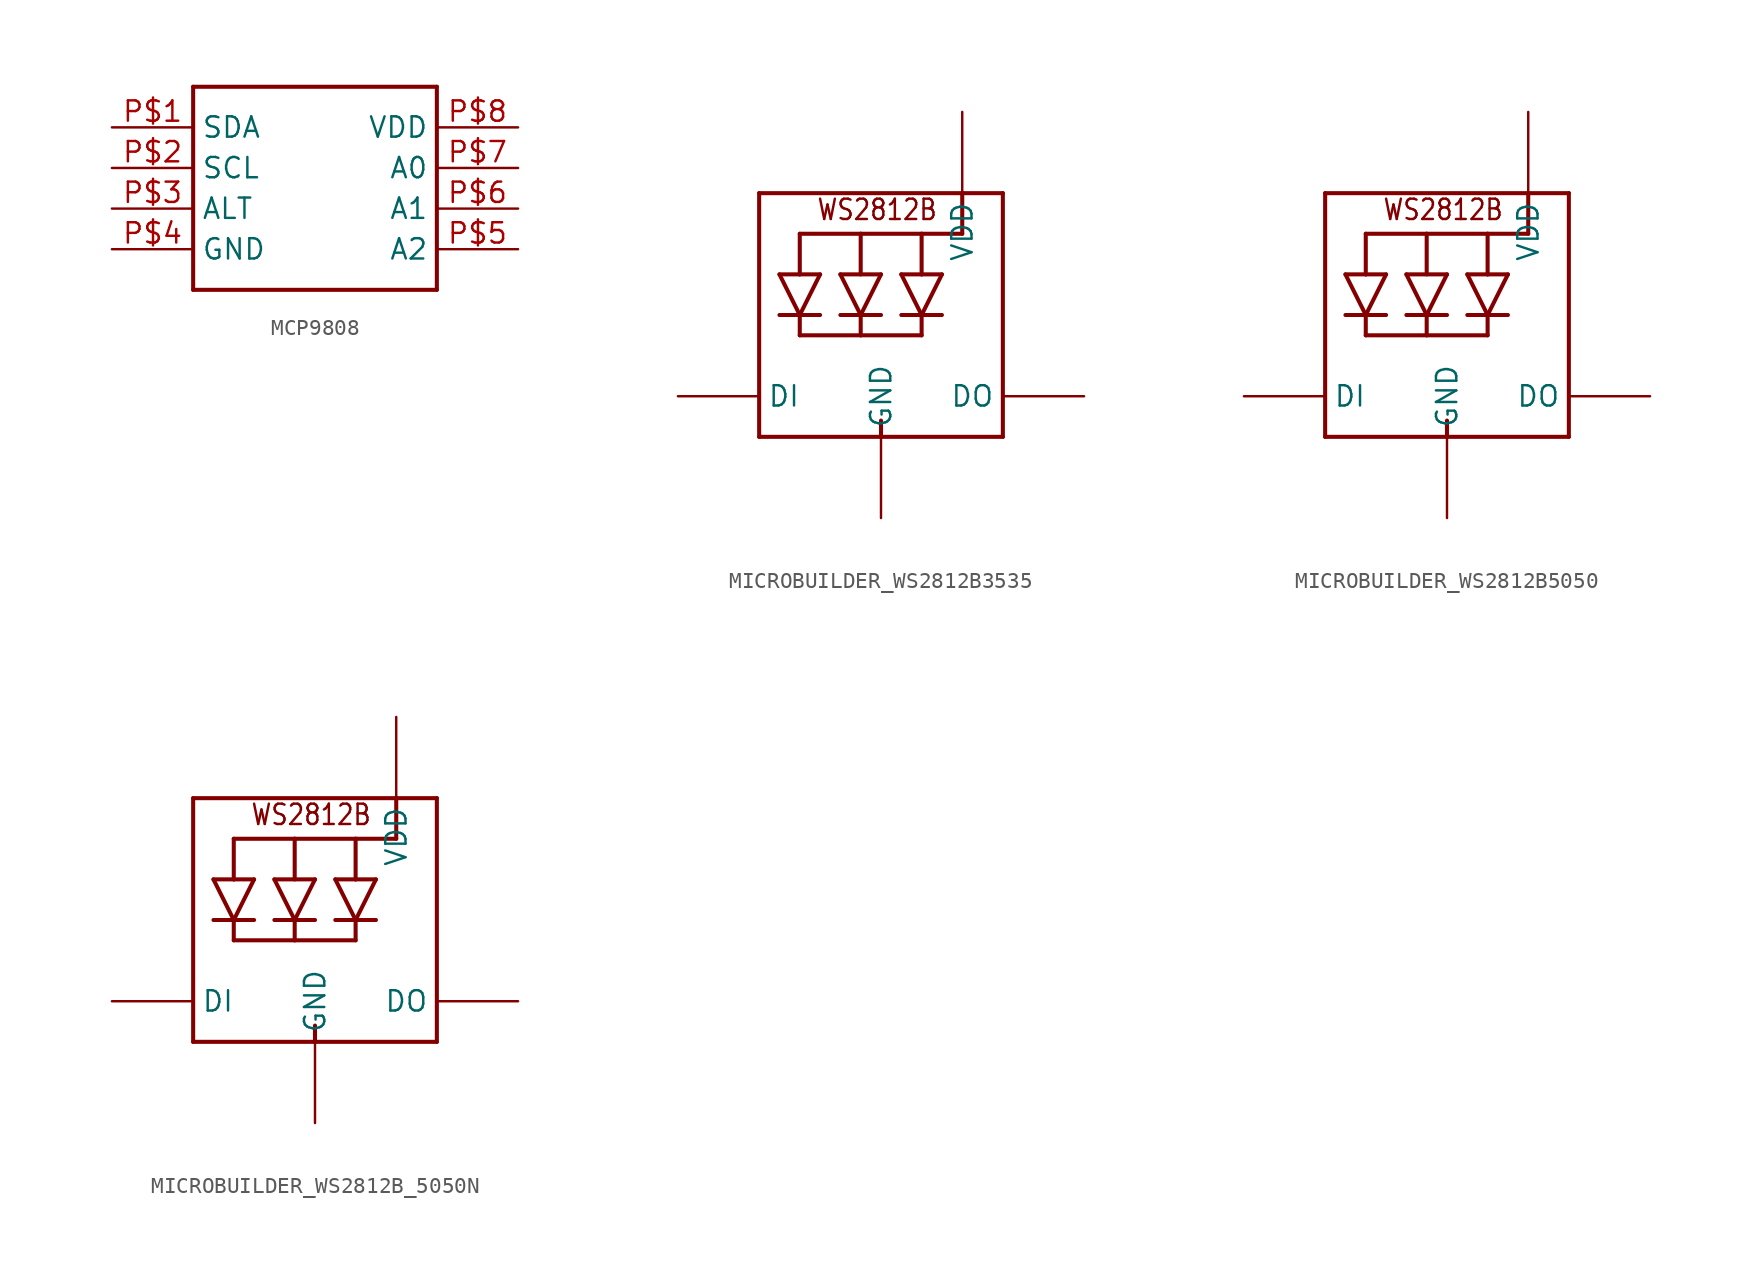
<source format=kicad_sym>
(kicad_symbol_lib
  (version 20211014)
  (generator kicad_symbol_editor)
  (symbol "MCP9808"
    (property "Reference" ""
      (at 0 0 0)
      (effects (font (size 1.27 1.27)) hide))
    (property "ki_locked" ""
      (at 0 0 0)
      (effects (font (size 1.27 1.27))))
    (symbol "MCP9808_1_0"
      (polyline (pts (xy -7.62 -5.08) (xy -7.62 7.62)) (stroke (width 0.254) (type default) (color 0 0 0 0)) (fill (type none)))
      (polyline (pts (xy -7.62 7.62) (xy 7.62 7.62)) (stroke (width 0.254) (type default) (color 0 0 0 0)) (fill (type none)))
      (polyline (pts (xy 7.62 -5.08) (xy -7.62 -5.08)) (stroke (width 0.254) (type default) (color 0 0 0 0)) (fill (type none)))
      (polyline (pts (xy 7.62 7.62) (xy 7.62 -5.08)) (stroke (width 0.254) (type default) (color 0 0 0 0)) (fill (type none)))
      (pin bidirectional line (at -12.7 5.08 0) (length 5.08) (name "SDA" (effects (font (size 1.27 1.27)))) (number "P$1" (effects (font (size 1.27 1.27)))))
      (pin bidirectional line (at -12.7 2.54 0) (length 5.08) (name "SCL" (effects (font (size 1.27 1.27)))) (number "P$2" (effects (font (size 1.27 1.27)))))
      (pin bidirectional line (at -12.7 0 0) (length 5.08) (name "ALT" (effects (font (size 1.27 1.27)))) (number "P$3" (effects (font (size 1.27 1.27)))))
      (pin bidirectional line (at -12.7 -2.54 0) (length 5.08) (name "GND" (effects (font (size 1.27 1.27)))) (number "P$4" (effects (font (size 1.27 1.27)))))
      (pin bidirectional line (at 12.7 -2.54 180) (length 5.08) (name "A2" (effects (font (size 1.27 1.27)))) (number "P$5" (effects (font (size 1.27 1.27)))))
      (pin bidirectional line (at 12.7 0 180) (length 5.08) (name "A1" (effects (font (size 1.27 1.27)))) (number "P$6" (effects (font (size 1.27 1.27)))))
      (pin bidirectional line (at 12.7 2.54 180) (length 5.08) (name "A0" (effects (font (size 1.27 1.27)))) (number "P$7" (effects (font (size 1.27 1.27)))))
      (pin bidirectional line (at 12.7 5.08 180) (length 5.08) (name "VDD" (effects (font (size 1.27 1.27)))) (number "P$8" (effects (font (size 1.27 1.27)))))))
  (symbol "MICROBUILDER_WS2812B3535"
    (property "Reference" "LED"
      (at 0 0 0)
      (effects (font (size 1.27 1.27)) hide))
    (property "ki_locked" ""
      (at 0 0 0)
      (effects (font (size 1.27 1.27))))
    (symbol "MICROBUILDER_WS2812B3535_1_0"
      (polyline (pts (xy -7.62 -5.08) (xy 0 -5.08)) (stroke (width 0.254) (type default) (color 0 0 0 0)) (fill (type none)))
      (polyline (pts (xy -7.62 10.16) (xy -7.62 -5.08)) (stroke (width 0.254) (type default) (color 0 0 0 0)) (fill (type none)))
      (polyline (pts (xy -6.35 2.54) (xy -5.08 2.54)) (stroke (width 0.254) (type default) (color 0 0 0 0)) (fill (type none)))
      (polyline (pts (xy -6.35 5.08) (xy -5.08 5.08)) (stroke (width 0.254) (type default) (color 0 0 0 0)) (fill (type none)))
      (polyline (pts (xy -5.08 2.54) (xy -6.35 5.08)) (stroke (width 0.254) (type default) (color 0 0 0 0)) (fill (type none)))
      (polyline (pts (xy -5.08 2.54) (xy -5.08 1.27)) (stroke (width 0.254) (type default) (color 0 0 0 0)) (fill (type none)))
      (polyline (pts (xy -5.08 2.54) (xy -3.81 5.08)) (stroke (width 0.254) (type default) (color 0 0 0 0)) (fill (type none)))
      (polyline (pts (xy -5.08 5.08) (xy -3.81 5.08)) (stroke (width 0.254) (type default) (color 0 0 0 0)) (fill (type none)))
      (polyline (pts (xy -5.08 7.62) (xy -5.08 5.08)) (stroke (width 0.254) (type default) (color 0 0 0 0)) (fill (type none)))
      (polyline (pts (xy -3.81 2.54) (xy -5.08 2.54)) (stroke (width 0.254) (type default) (color 0 0 0 0)) (fill (type none)))
      (polyline (pts (xy -2.54 2.54) (xy -1.27 2.54)) (stroke (width 0.254) (type default) (color 0 0 0 0)) (fill (type none)))
      (polyline (pts (xy -2.54 5.08) (xy 0 5.08)) (stroke (width 0.254) (type default) (color 0 0 0 0)) (fill (type none)))
      (polyline (pts (xy -1.27 1.27) (xy -5.08 1.27)) (stroke (width 0.254) (type default) (color 0 0 0 0)) (fill (type none)))
      (polyline (pts (xy -1.27 2.54) (xy -2.54 5.08)) (stroke (width 0.254) (type default) (color 0 0 0 0)) (fill (type none)))
      (polyline (pts (xy -1.27 2.54) (xy -1.27 1.27)) (stroke (width 0.254) (type default) (color 0 0 0 0)) (fill (type none)))
      (polyline (pts (xy -1.27 2.54) (xy 0 2.54)) (stroke (width 0.254) (type default) (color 0 0 0 0)) (fill (type none)))
      (polyline (pts (xy -1.27 5.08) (xy -1.27 7.62)) (stroke (width 0.254) (type default) (color 0 0 0 0)) (fill (type none)))
      (polyline (pts (xy -1.27 7.62) (xy -5.08 7.62)) (stroke (width 0.254) (type default) (color 0 0 0 0)) (fill (type none)))
      (polyline (pts (xy 0 -5.08) (xy 7.62 -5.08)) (stroke (width 0.254) (type default) (color 0 0 0 0)) (fill (type none)))
      (polyline (pts (xy 0 -4.064) (xy 0 -5.08)) (stroke (width 0.254) (type default) (color 0 0 0 0)) (fill (type none)))
      (polyline (pts (xy 0 5.08) (xy -1.27 2.54)) (stroke (width 0.254) (type default) (color 0 0 0 0)) (fill (type none)))
      (polyline (pts (xy 1.27 5.08) (xy 2.54 2.54)) (stroke (width 0.254) (type default) (color 0 0 0 0)) (fill (type none)))
      (polyline (pts (xy 1.27 5.08) (xy 2.54 5.08)) (stroke (width 0.254) (type default) (color 0 0 0 0)) (fill (type none)))
      (polyline (pts (xy 2.54 1.27) (xy -1.27 1.27)) (stroke (width 0.254) (type default) (color 0 0 0 0)) (fill (type none)))
      (polyline (pts (xy 2.54 2.54) (xy 1.27 2.54)) (stroke (width 0.254) (type default) (color 0 0 0 0)) (fill (type none)))
      (polyline (pts (xy 2.54 2.54) (xy 2.54 1.27)) (stroke (width 0.254) (type default) (color 0 0 0 0)) (fill (type none)))
      (polyline (pts (xy 2.54 2.54) (xy 3.81 2.54)) (stroke (width 0.254) (type default) (color 0 0 0 0)) (fill (type none)))
      (polyline (pts (xy 2.54 2.54) (xy 3.81 5.08)) (stroke (width 0.254) (type default) (color 0 0 0 0)) (fill (type none)))
      (polyline (pts (xy 2.54 5.08) (xy 2.54 7.62)) (stroke (width 0.254) (type default) (color 0 0 0 0)) (fill (type none)))
      (polyline (pts (xy 2.54 7.62) (xy -1.27 7.62)) (stroke (width 0.254) (type default) (color 0 0 0 0)) (fill (type none)))
      (polyline (pts (xy 2.54 7.62) (xy 5.08 7.62)) (stroke (width 0.254) (type default) (color 0 0 0 0)) (fill (type none)))
      (polyline (pts (xy 3.81 5.08) (xy 2.54 5.08)) (stroke (width 0.254) (type default) (color 0 0 0 0)) (fill (type none)))
      (polyline (pts (xy 5.08 10.16) (xy -7.62 10.16)) (stroke (width 0.254) (type default) (color 0 0 0 0)) (fill (type none)))
      (polyline (pts (xy 5.08 10.16) (xy 5.08 7.62)) (stroke (width 0.254) (type default) (color 0 0 0 0)) (fill (type none)))
      (polyline (pts (xy 7.62 -5.08) (xy 7.62 10.16)) (stroke (width 0.254) (type default) (color 0 0 0 0)) (fill (type none)))
      (polyline (pts (xy 7.62 10.16) (xy 5.08 10.16)) (stroke (width 0.254) (type default) (color 0 0 0 0)) (fill (type none)))
      (text "WS2812B" (at -4.064 8.382 0) (effects (font (size 1.27 1.079)) (justify left bottom)))
      (pin input line (at -12.7 -2.54 0) (length 5.08) (name "DI" (effects (font (size 1.27 1.27)))) (number "1" (effects (font (size 0 0)))))
      (pin power_in line (at 5.08 15.24 270) (length 5.08) (name "VDD" (effects (font (size 1.27 1.27)))) (number "2" (effects (font (size 0 0)))))
      (pin output line (at 12.7 -2.54 180) (length 5.08) (name "DO" (effects (font (size 1.27 1.27)))) (number "3" (effects (font (size 0 0)))))
      (pin power_in line (at 0 -10.16 90) (length 5.08) (name "GND" (effects (font (size 1.27 1.27)))) (number "4" (effects (font (size 0 0)))))))
  (symbol "MICROBUILDER_WS2812B5050"
    (property "Reference" "LED"
      (at 0 0 0)
      (effects (font (size 1.27 1.27)) hide))
    (property "ki_locked" ""
      (at 0 0 0)
      (effects (font (size 1.27 1.27))))
    (symbol "MICROBUILDER_WS2812B5050_1_0"
      (polyline (pts (xy -7.62 -5.08) (xy 0 -5.08)) (stroke (width 0.254) (type default) (color 0 0 0 0)) (fill (type none)))
      (polyline (pts (xy -7.62 10.16) (xy -7.62 -5.08)) (stroke (width 0.254) (type default) (color 0 0 0 0)) (fill (type none)))
      (polyline (pts (xy -6.35 2.54) (xy -5.08 2.54)) (stroke (width 0.254) (type default) (color 0 0 0 0)) (fill (type none)))
      (polyline (pts (xy -6.35 5.08) (xy -5.08 5.08)) (stroke (width 0.254) (type default) (color 0 0 0 0)) (fill (type none)))
      (polyline (pts (xy -5.08 2.54) (xy -6.35 5.08)) (stroke (width 0.254) (type default) (color 0 0 0 0)) (fill (type none)))
      (polyline (pts (xy -5.08 2.54) (xy -5.08 1.27)) (stroke (width 0.254) (type default) (color 0 0 0 0)) (fill (type none)))
      (polyline (pts (xy -5.08 2.54) (xy -3.81 5.08)) (stroke (width 0.254) (type default) (color 0 0 0 0)) (fill (type none)))
      (polyline (pts (xy -5.08 5.08) (xy -3.81 5.08)) (stroke (width 0.254) (type default) (color 0 0 0 0)) (fill (type none)))
      (polyline (pts (xy -5.08 7.62) (xy -5.08 5.08)) (stroke (width 0.254) (type default) (color 0 0 0 0)) (fill (type none)))
      (polyline (pts (xy -3.81 2.54) (xy -5.08 2.54)) (stroke (width 0.254) (type default) (color 0 0 0 0)) (fill (type none)))
      (polyline (pts (xy -2.54 2.54) (xy -1.27 2.54)) (stroke (width 0.254) (type default) (color 0 0 0 0)) (fill (type none)))
      (polyline (pts (xy -2.54 5.08) (xy 0 5.08)) (stroke (width 0.254) (type default) (color 0 0 0 0)) (fill (type none)))
      (polyline (pts (xy -1.27 1.27) (xy -5.08 1.27)) (stroke (width 0.254) (type default) (color 0 0 0 0)) (fill (type none)))
      (polyline (pts (xy -1.27 2.54) (xy -2.54 5.08)) (stroke (width 0.254) (type default) (color 0 0 0 0)) (fill (type none)))
      (polyline (pts (xy -1.27 2.54) (xy -1.27 1.27)) (stroke (width 0.254) (type default) (color 0 0 0 0)) (fill (type none)))
      (polyline (pts (xy -1.27 2.54) (xy 0 2.54)) (stroke (width 0.254) (type default) (color 0 0 0 0)) (fill (type none)))
      (polyline (pts (xy -1.27 5.08) (xy -1.27 7.62)) (stroke (width 0.254) (type default) (color 0 0 0 0)) (fill (type none)))
      (polyline (pts (xy -1.27 7.62) (xy -5.08 7.62)) (stroke (width 0.254) (type default) (color 0 0 0 0)) (fill (type none)))
      (polyline (pts (xy 0 -5.08) (xy 7.62 -5.08)) (stroke (width 0.254) (type default) (color 0 0 0 0)) (fill (type none)))
      (polyline (pts (xy 0 -4.064) (xy 0 -5.08)) (stroke (width 0.254) (type default) (color 0 0 0 0)) (fill (type none)))
      (polyline (pts (xy 0 5.08) (xy -1.27 2.54)) (stroke (width 0.254) (type default) (color 0 0 0 0)) (fill (type none)))
      (polyline (pts (xy 1.27 5.08) (xy 2.54 2.54)) (stroke (width 0.254) (type default) (color 0 0 0 0)) (fill (type none)))
      (polyline (pts (xy 1.27 5.08) (xy 2.54 5.08)) (stroke (width 0.254) (type default) (color 0 0 0 0)) (fill (type none)))
      (polyline (pts (xy 2.54 1.27) (xy -1.27 1.27)) (stroke (width 0.254) (type default) (color 0 0 0 0)) (fill (type none)))
      (polyline (pts (xy 2.54 2.54) (xy 1.27 2.54)) (stroke (width 0.254) (type default) (color 0 0 0 0)) (fill (type none)))
      (polyline (pts (xy 2.54 2.54) (xy 2.54 1.27)) (stroke (width 0.254) (type default) (color 0 0 0 0)) (fill (type none)))
      (polyline (pts (xy 2.54 2.54) (xy 3.81 2.54)) (stroke (width 0.254) (type default) (color 0 0 0 0)) (fill (type none)))
      (polyline (pts (xy 2.54 2.54) (xy 3.81 5.08)) (stroke (width 0.254) (type default) (color 0 0 0 0)) (fill (type none)))
      (polyline (pts (xy 2.54 5.08) (xy 2.54 7.62)) (stroke (width 0.254) (type default) (color 0 0 0 0)) (fill (type none)))
      (polyline (pts (xy 2.54 7.62) (xy -1.27 7.62)) (stroke (width 0.254) (type default) (color 0 0 0 0)) (fill (type none)))
      (polyline (pts (xy 2.54 7.62) (xy 5.08 7.62)) (stroke (width 0.254) (type default) (color 0 0 0 0)) (fill (type none)))
      (polyline (pts (xy 3.81 5.08) (xy 2.54 5.08)) (stroke (width 0.254) (type default) (color 0 0 0 0)) (fill (type none)))
      (polyline (pts (xy 5.08 10.16) (xy -7.62 10.16)) (stroke (width 0.254) (type default) (color 0 0 0 0)) (fill (type none)))
      (polyline (pts (xy 5.08 10.16) (xy 5.08 7.62)) (stroke (width 0.254) (type default) (color 0 0 0 0)) (fill (type none)))
      (polyline (pts (xy 7.62 -5.08) (xy 7.62 10.16)) (stroke (width 0.254) (type default) (color 0 0 0 0)) (fill (type none)))
      (polyline (pts (xy 7.62 10.16) (xy 5.08 10.16)) (stroke (width 0.254) (type default) (color 0 0 0 0)) (fill (type none)))
      (text "WS2812B" (at -4.064 8.382 0) (effects (font (size 1.27 1.079)) (justify left bottom)))
      (pin power_in line (at 5.08 15.24 270) (length 5.08) (name "VDD" (effects (font (size 1.27 1.27)))) (number "1-VDD" (effects (font (size 0 0)))))
      (pin output line (at 12.7 -2.54 180) (length 5.08) (name "DO" (effects (font (size 1.27 1.27)))) (number "2-DOUT" (effects (font (size 0 0)))))
      (pin power_in line (at 0 -10.16 90) (length 5.08) (name "GND" (effects (font (size 1.27 1.27)))) (number "3-GND" (effects (font (size 0 0)))))
      (pin input line (at -12.7 -2.54 0) (length 5.08) (name "DI" (effects (font (size 1.27 1.27)))) (number "4-DIN" (effects (font (size 0 0)))))))
  (symbol "MICROBUILDER_WS2812B_5050N"
    (property "Reference" "LED"
      (at 0 0 0)
      (effects (font (size 1.27 1.27)) hide))
    (property "ki_locked" ""
      (at 0 0 0)
      (effects (font (size 1.27 1.27))))
    (symbol "MICROBUILDER_WS2812B_5050N_1_0"
      (polyline (pts (xy -7.62 -5.08) (xy 0 -5.08)) (stroke (width 0.254) (type default) (color 0 0 0 0)) (fill (type none)))
      (polyline (pts (xy -7.62 10.16) (xy -7.62 -5.08)) (stroke (width 0.254) (type default) (color 0 0 0 0)) (fill (type none)))
      (polyline (pts (xy -6.35 2.54) (xy -5.08 2.54)) (stroke (width 0.254) (type default) (color 0 0 0 0)) (fill (type none)))
      (polyline (pts (xy -6.35 5.08) (xy -5.08 5.08)) (stroke (width 0.254) (type default) (color 0 0 0 0)) (fill (type none)))
      (polyline (pts (xy -5.08 2.54) (xy -6.35 5.08)) (stroke (width 0.254) (type default) (color 0 0 0 0)) (fill (type none)))
      (polyline (pts (xy -5.08 2.54) (xy -5.08 1.27)) (stroke (width 0.254) (type default) (color 0 0 0 0)) (fill (type none)))
      (polyline (pts (xy -5.08 2.54) (xy -3.81 5.08)) (stroke (width 0.254) (type default) (color 0 0 0 0)) (fill (type none)))
      (polyline (pts (xy -5.08 5.08) (xy -3.81 5.08)) (stroke (width 0.254) (type default) (color 0 0 0 0)) (fill (type none)))
      (polyline (pts (xy -5.08 7.62) (xy -5.08 5.08)) (stroke (width 0.254) (type default) (color 0 0 0 0)) (fill (type none)))
      (polyline (pts (xy -3.81 2.54) (xy -5.08 2.54)) (stroke (width 0.254) (type default) (color 0 0 0 0)) (fill (type none)))
      (polyline (pts (xy -2.54 2.54) (xy -1.27 2.54)) (stroke (width 0.254) (type default) (color 0 0 0 0)) (fill (type none)))
      (polyline (pts (xy -2.54 5.08) (xy 0 5.08)) (stroke (width 0.254) (type default) (color 0 0 0 0)) (fill (type none)))
      (polyline (pts (xy -1.27 1.27) (xy -5.08 1.27)) (stroke (width 0.254) (type default) (color 0 0 0 0)) (fill (type none)))
      (polyline (pts (xy -1.27 2.54) (xy -2.54 5.08)) (stroke (width 0.254) (type default) (color 0 0 0 0)) (fill (type none)))
      (polyline (pts (xy -1.27 2.54) (xy -1.27 1.27)) (stroke (width 0.254) (type default) (color 0 0 0 0)) (fill (type none)))
      (polyline (pts (xy -1.27 2.54) (xy 0 2.54)) (stroke (width 0.254) (type default) (color 0 0 0 0)) (fill (type none)))
      (polyline (pts (xy -1.27 5.08) (xy -1.27 7.62)) (stroke (width 0.254) (type default) (color 0 0 0 0)) (fill (type none)))
      (polyline (pts (xy -1.27 7.62) (xy -5.08 7.62)) (stroke (width 0.254) (type default) (color 0 0 0 0)) (fill (type none)))
      (polyline (pts (xy 0 -5.08) (xy 7.62 -5.08)) (stroke (width 0.254) (type default) (color 0 0 0 0)) (fill (type none)))
      (polyline (pts (xy 0 -4.064) (xy 0 -5.08)) (stroke (width 0.254) (type default) (color 0 0 0 0)) (fill (type none)))
      (polyline (pts (xy 0 5.08) (xy -1.27 2.54)) (stroke (width 0.254) (type default) (color 0 0 0 0)) (fill (type none)))
      (polyline (pts (xy 1.27 5.08) (xy 2.54 2.54)) (stroke (width 0.254) (type default) (color 0 0 0 0)) (fill (type none)))
      (polyline (pts (xy 1.27 5.08) (xy 2.54 5.08)) (stroke (width 0.254) (type default) (color 0 0 0 0)) (fill (type none)))
      (polyline (pts (xy 2.54 1.27) (xy -1.27 1.27)) (stroke (width 0.254) (type default) (color 0 0 0 0)) (fill (type none)))
      (polyline (pts (xy 2.54 2.54) (xy 1.27 2.54)) (stroke (width 0.254) (type default) (color 0 0 0 0)) (fill (type none)))
      (polyline (pts (xy 2.54 2.54) (xy 2.54 1.27)) (stroke (width 0.254) (type default) (color 0 0 0 0)) (fill (type none)))
      (polyline (pts (xy 2.54 2.54) (xy 3.81 2.54)) (stroke (width 0.254) (type default) (color 0 0 0 0)) (fill (type none)))
      (polyline (pts (xy 2.54 2.54) (xy 3.81 5.08)) (stroke (width 0.254) (type default) (color 0 0 0 0)) (fill (type none)))
      (polyline (pts (xy 2.54 5.08) (xy 2.54 7.62)) (stroke (width 0.254) (type default) (color 0 0 0 0)) (fill (type none)))
      (polyline (pts (xy 2.54 7.62) (xy -1.27 7.62)) (stroke (width 0.254) (type default) (color 0 0 0 0)) (fill (type none)))
      (polyline (pts (xy 2.54 7.62) (xy 5.08 7.62)) (stroke (width 0.254) (type default) (color 0 0 0 0)) (fill (type none)))
      (polyline (pts (xy 3.81 5.08) (xy 2.54 5.08)) (stroke (width 0.254) (type default) (color 0 0 0 0)) (fill (type none)))
      (polyline (pts (xy 5.08 10.16) (xy -7.62 10.16)) (stroke (width 0.254) (type default) (color 0 0 0 0)) (fill (type none)))
      (polyline (pts (xy 5.08 10.16) (xy 5.08 7.62)) (stroke (width 0.254) (type default) (color 0 0 0 0)) (fill (type none)))
      (polyline (pts (xy 7.62 -5.08) (xy 7.62 10.16)) (stroke (width 0.254) (type default) (color 0 0 0 0)) (fill (type none)))
      (polyline (pts (xy 7.62 10.16) (xy 5.08 10.16)) (stroke (width 0.254) (type default) (color 0 0 0 0)) (fill (type none)))
      (text "WS2812B" (at -4.064 8.382 0) (effects (font (size 1.27 1.079)) (justify left bottom)))
      (pin power_in line (at 5.08 15.24 270) (length 5.08) (name "VDD" (effects (font (size 1.27 1.27)))) (number "1-VDD" (effects (font (size 0 0)))))
      (pin output line (at 12.7 -2.54 180) (length 5.08) (name "DO" (effects (font (size 1.27 1.27)))) (number "2-DOUT" (effects (font (size 0 0)))))
      (pin power_in line (at 0 -10.16 90) (length 5.08) (name "GND" (effects (font (size 1.27 1.27)))) (number "3-GND" (effects (font (size 0 0)))))
      (pin input line (at -12.7 -2.54 0) (length 5.08) (name "DI" (effects (font (size 1.27 1.27)))) (number "4-DIN" (effects (font (size 0 0))))))))
</source>
